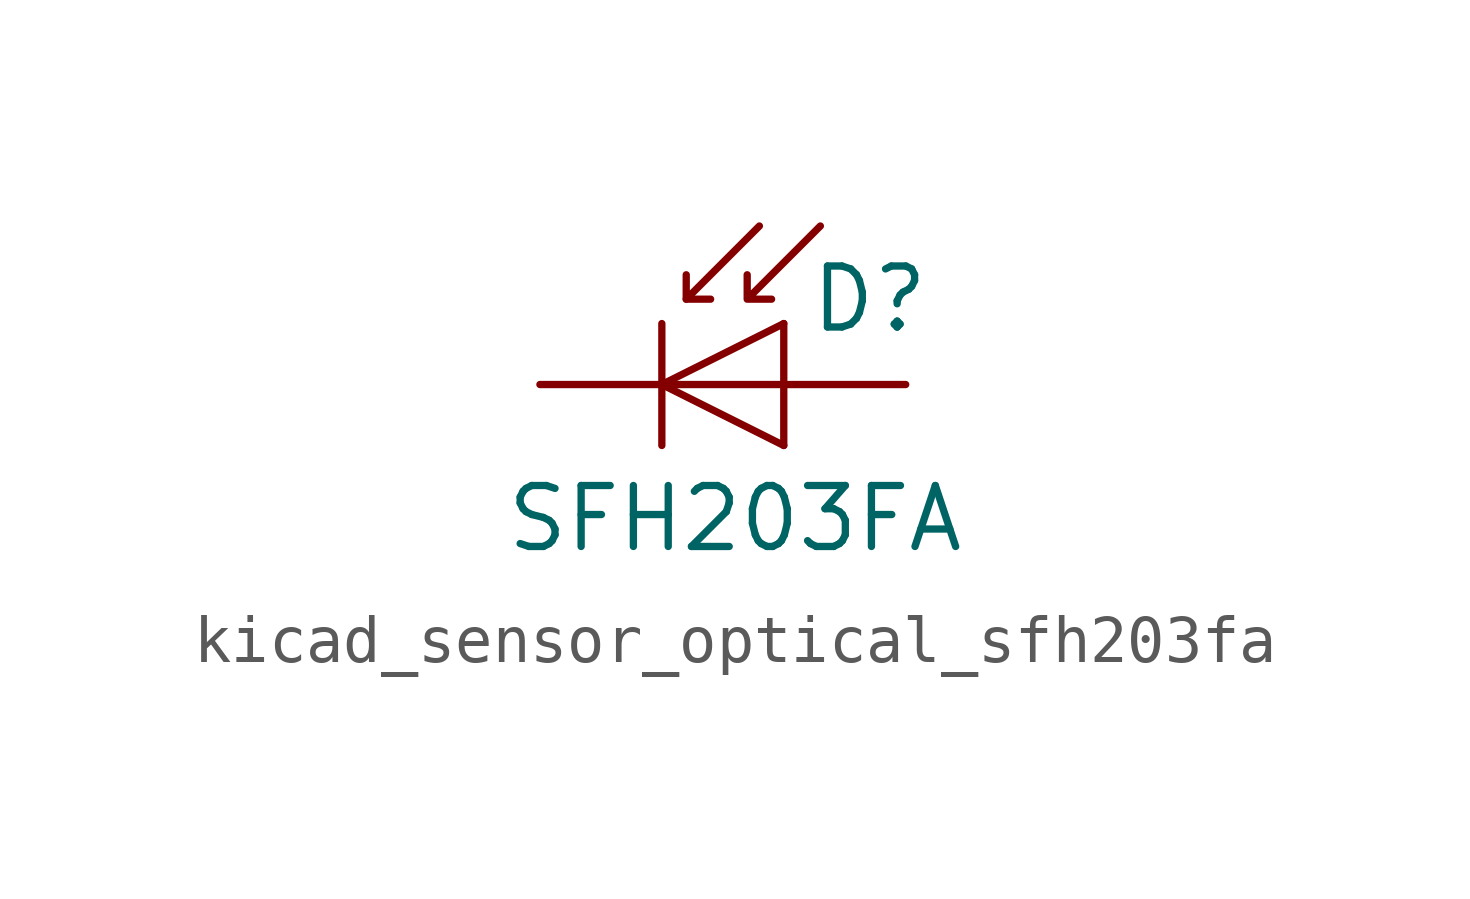
<source format=kicad_sym>
(kicad_symbol_lib
  (version 20220914)
  (generator kicad_symbol_editor)
  (symbol "kicad_sensor_optical_sfh203fa"
    (pin_numbers hide)
    (pin_names hide)
    (property "Reference" "D"
      (at 0.508 1.778 0)
      (effects (font (size 1.27 1.27)) (justify left)))
    (property "Value" "SFH203FA"
      (at -1.016 -2.794 0)
      (effects (font (size 1.27 1.27))))
    (symbol "kicad_sensor_optical_sfh203fa_0_1"
      (polyline (pts (xy -2.54 0) (xy 0 0)) (stroke (width 0) (type default)) (fill (type none)))
      (polyline (pts (xy -2.54 1.27) (xy -2.54 -1.27)) (stroke (width 0.152) (type default)) (fill (type none)))
      (polyline (pts (xy -2.032 1.778) (xy -1.524 1.778)) (stroke (width 0) (type default)) (fill (type none)))
      (polyline (pts (xy 0 -1.27) (xy 0 1.27)) (stroke (width 0) (type default)) (fill (type none)))
      (polyline (pts (xy -0.508 3.302) (xy -2.032 1.778) (xy -2.032 2.286)) (stroke (width 0) (type default)) (fill (type none)))
      (polyline (pts (xy 0 1.27) (xy -2.54 0) (xy 0 -1.27)) (stroke (width 0) (type default)) (fill (type none)))
      (polyline (pts (xy 0.762 3.302) (xy -0.762 1.778) (xy -0.762 2.286) (xy -0.762 1.778) (xy -0.254 1.778)) (stroke (width 0) (type default)) (fill (type none))))
    (symbol "kicad_sensor_optical_sfh203fa_1_1"
      (pin passive line (at -5.08 0 0) (length 2.54) (name "K" (effects (font (size 1.27 1.27)))) (number "1" (effects (font (size 1.27 1.27)))))
      (pin passive line (at 2.54 0 180) (length 2.54) (name "A" (effects (font (size 1.27 1.27)))) (number "2" (effects (font (size 1.27 1.27))))))))
</source>
